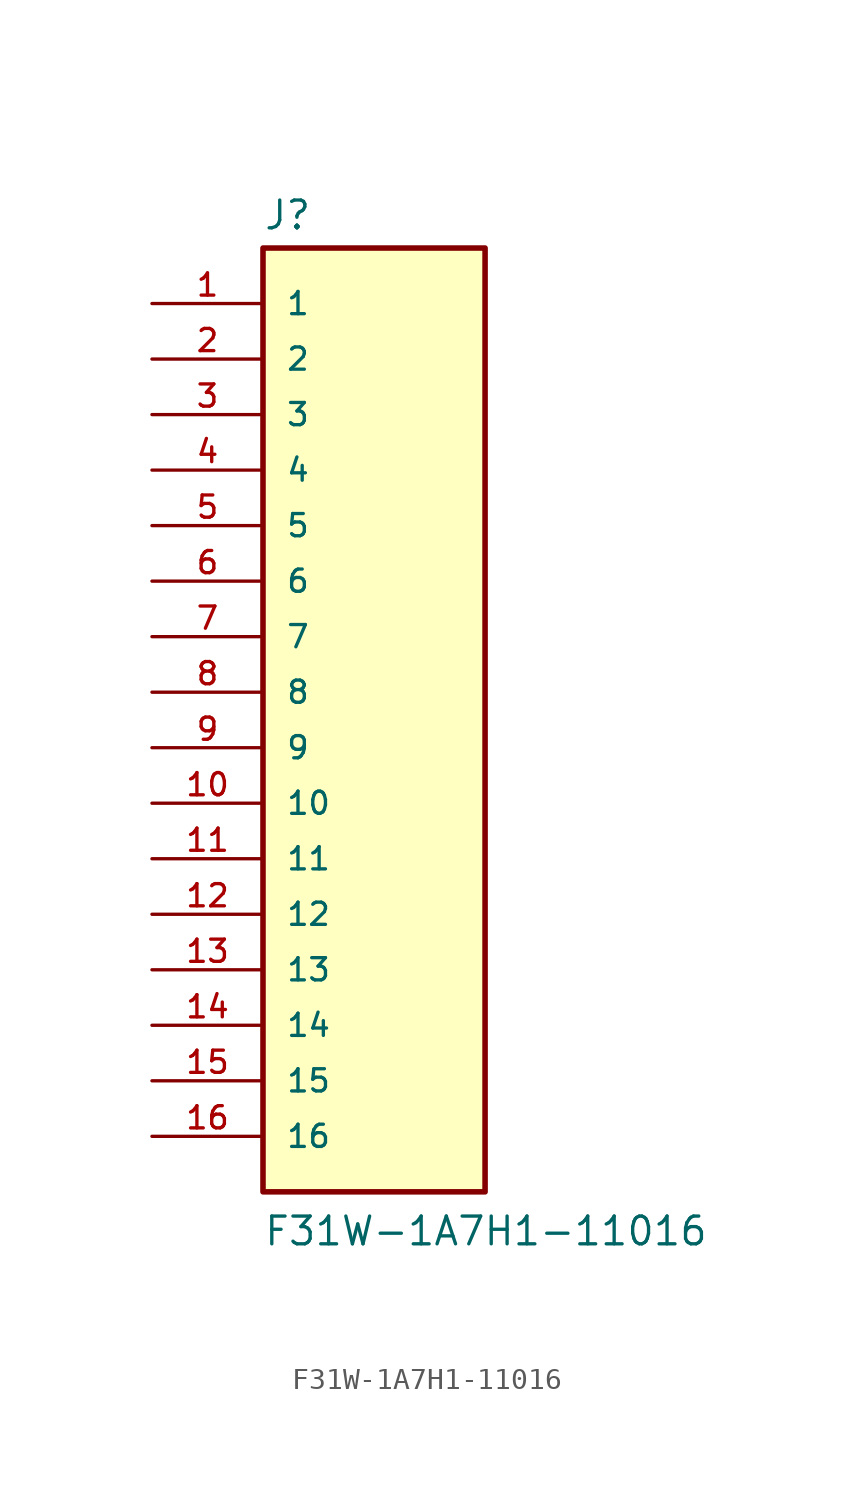
<source format=kicad_sym>
(kicad_symbol_lib
  (version 20241209)
  (generator "kicad_symbol_editor")
  (generator_version "9.0")
  (symbol "F31W-1A7H1-11016"
    (pin_names
      (offset 1.016))
    (property "Reference" "J"
      (at -5.08 21.082 0)
      (effects (font (size 1.27 1.27)) (justify left bottom)))
    (property "Value" "F31W-1A7H1-11016"
      (at -5.08 -25.4 0)
      (effects (font (size 1.27 1.27)) (justify left bottom)))
    (symbol "F31W-1A7H1-11016_0_0"
      (rectangle (start -5.08 -22.86) (end 5.08 20.32) (stroke (width 0.254) (type default)) (fill (type background)))
      (pin passive line (at -10.16 17.78 0) (length 5.08) (name "1" (effects (font (size 1.016 1.016)))) (number "1" (effects (font (size 1.016 1.016)))))
      (pin passive line (at -10.16 15.24 0) (length 5.08) (name "2" (effects (font (size 1.016 1.016)))) (number "2" (effects (font (size 1.016 1.016)))))
      (pin passive line (at -10.16 12.7 0) (length 5.08) (name "3" (effects (font (size 1.016 1.016)))) (number "3" (effects (font (size 1.016 1.016)))))
      (pin passive line (at -10.16 10.16 0) (length 5.08) (name "4" (effects (font (size 1.016 1.016)))) (number "4" (effects (font (size 1.016 1.016)))))
      (pin passive line (at -10.16 7.62 0) (length 5.08) (name "5" (effects (font (size 1.016 1.016)))) (number "5" (effects (font (size 1.016 1.016)))))
      (pin passive line (at -10.16 5.08 0) (length 5.08) (name "6" (effects (font (size 1.016 1.016)))) (number "6" (effects (font (size 1.016 1.016)))))
      (pin passive line (at -10.16 2.54 0) (length 5.08) (name "7" (effects (font (size 1.016 1.016)))) (number "7" (effects (font (size 1.016 1.016)))))
      (pin passive line (at -10.16 0 0) (length 5.08) (name "8" (effects (font (size 1.016 1.016)))) (number "8" (effects (font (size 1.016 1.016)))))
      (pin passive line (at -10.16 -2.54 0) (length 5.08) (name "9" (effects (font (size 1.016 1.016)))) (number "9" (effects (font (size 1.016 1.016)))))
      (pin passive line (at -10.16 -5.08 0) (length 5.08) (name "10" (effects (font (size 1.016 1.016)))) (number "10" (effects (font (size 1.016 1.016)))))
      (pin passive line (at -10.16 -7.62 0) (length 5.08) (name "11" (effects (font (size 1.016 1.016)))) (number "11" (effects (font (size 1.016 1.016)))))
      (pin passive line (at -10.16 -10.16 0) (length 5.08) (name "12" (effects (font (size 1.016 1.016)))) (number "12" (effects (font (size 1.016 1.016)))))
      (pin passive line (at -10.16 -12.7 0) (length 5.08) (name "13" (effects (font (size 1.016 1.016)))) (number "13" (effects (font (size 1.016 1.016)))))
      (pin passive line (at -10.16 -15.24 0) (length 5.08) (name "14" (effects (font (size 1.016 1.016)))) (number "14" (effects (font (size 1.016 1.016)))))
      (pin passive line (at -10.16 -17.78 0) (length 5.08) (name "15" (effects (font (size 1.016 1.016)))) (number "15" (effects (font (size 1.016 1.016)))))
      (pin passive line (at -10.16 -20.32 0) (length 5.08) (name "16" (effects (font (size 1.016 1.016)))) (number "16" (effects (font (size 1.016 1.016))))))))
</source>
